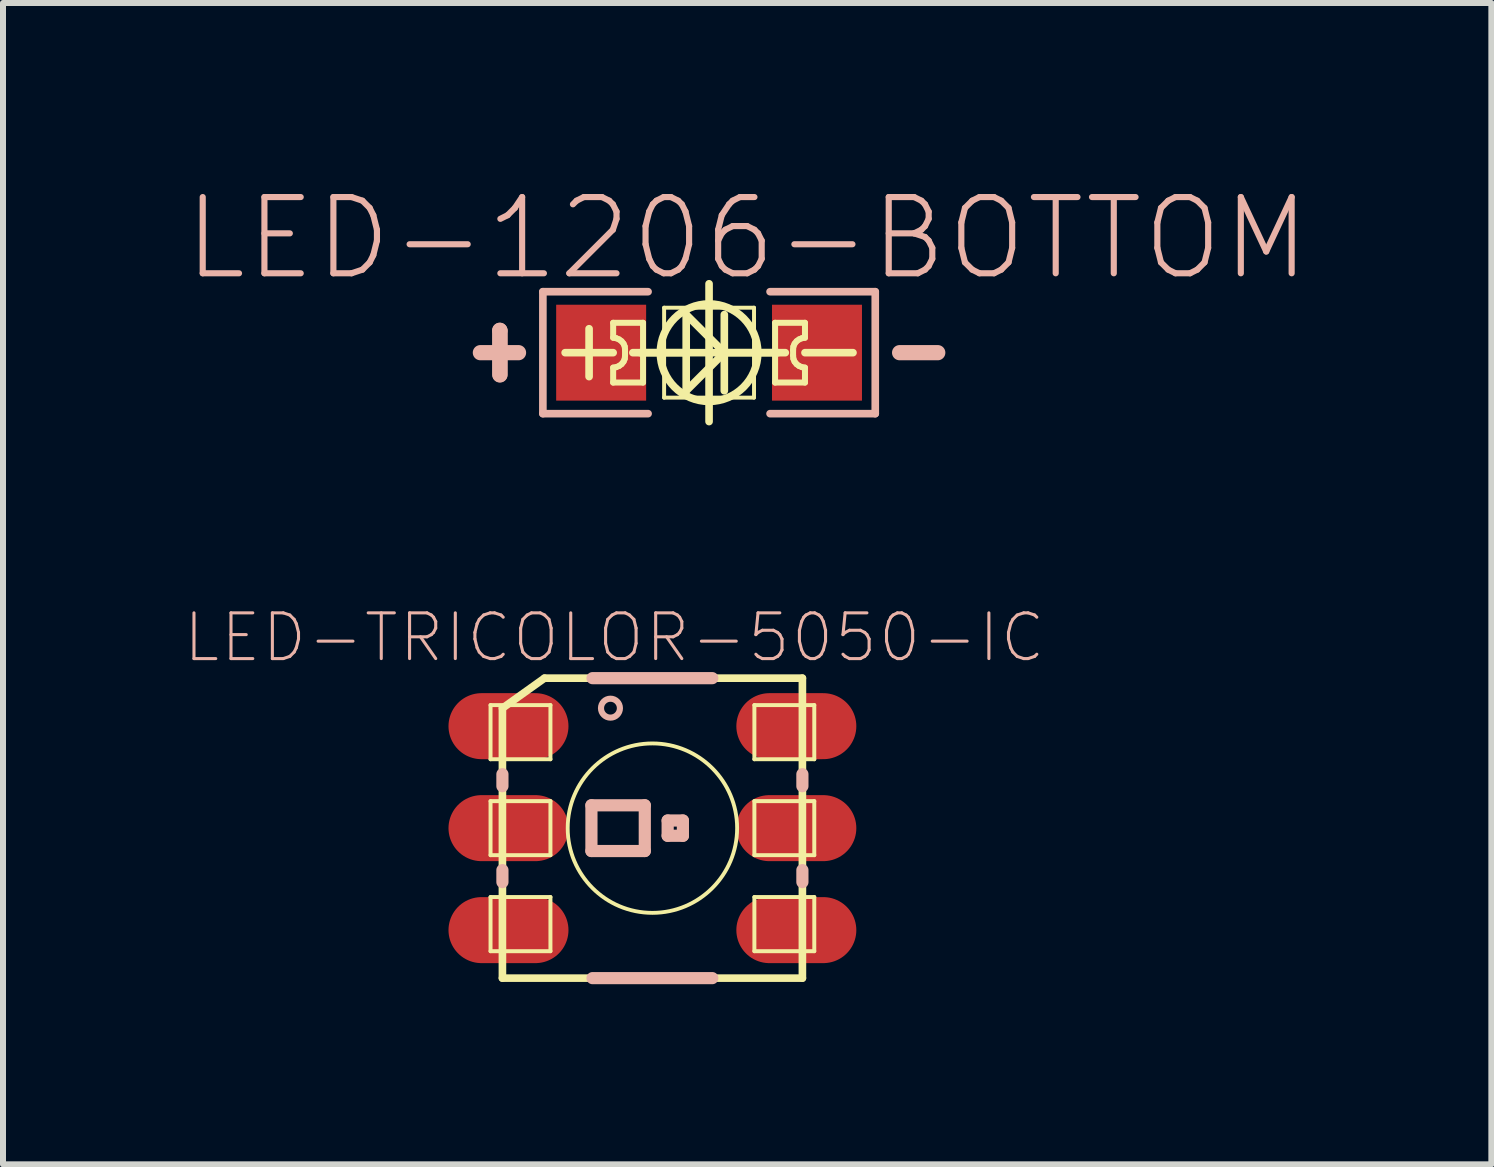
<source format=kicad_pcb>
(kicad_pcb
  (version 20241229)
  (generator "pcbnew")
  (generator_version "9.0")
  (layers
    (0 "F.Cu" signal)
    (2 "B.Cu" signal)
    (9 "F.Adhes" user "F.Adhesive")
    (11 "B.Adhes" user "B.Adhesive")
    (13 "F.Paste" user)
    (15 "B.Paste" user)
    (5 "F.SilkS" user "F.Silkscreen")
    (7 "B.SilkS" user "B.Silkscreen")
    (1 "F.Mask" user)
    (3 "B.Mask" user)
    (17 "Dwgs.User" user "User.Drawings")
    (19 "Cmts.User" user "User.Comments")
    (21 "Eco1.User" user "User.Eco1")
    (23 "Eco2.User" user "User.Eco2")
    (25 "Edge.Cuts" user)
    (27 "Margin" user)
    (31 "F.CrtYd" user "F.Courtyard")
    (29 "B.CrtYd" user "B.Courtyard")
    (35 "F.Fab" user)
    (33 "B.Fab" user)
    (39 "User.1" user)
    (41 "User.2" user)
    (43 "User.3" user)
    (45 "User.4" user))
  (footprint "LED-TRICOLOR-5050-IC"
    (layer "F.Cu")
    (at 7.82 10.748)
    (property "Reference" "LED-TRICOLOR-5050-IC" (at -0.635 -3.175 0) (layer "B.SilkS") (effects (font (size 0.762 0.762) (thickness 0.051))))
    (attr smd)
    (fp_line (start -2.697 -2.05) (end -1.699 -2.05) (stroke (width 0.066) (type solid)) (layer "F.SilkS"))
    (fp_line (start -2.697 -1.148) (end -2.697 -2.05) (stroke (width 0.066) (type solid)) (layer "F.SilkS"))
    (fp_line (start -2.697 -1.148) (end -1.699 -1.148) (stroke (width 0.066) (type solid)) (layer "F.SilkS"))
    (fp_line (start -2.697 -0.45) (end -1.699 -0.45) (stroke (width 0.066) (type solid)) (layer "F.SilkS"))
    (fp_line (start -2.697 0.45) (end -2.697 -0.45) (stroke (width 0.066) (type solid)) (layer "F.SilkS"))
    (fp_line (start -2.697 0.45) (end -1.699 0.45) (stroke (width 0.066) (type solid)) (layer "F.SilkS"))
    (fp_line (start -2.697 1.148) (end -1.699 1.148) (stroke (width 0.066) (type solid)) (layer "F.SilkS"))
    (fp_line (start -2.697 2.05) (end -2.697 1.148) (stroke (width 0.066) (type solid)) (layer "F.SilkS"))
    (fp_line (start -2.697 2.05) (end -1.699 2.05) (stroke (width 0.066) (type solid)) (layer "F.SilkS"))
    (fp_line (start -2.499 -1.999) (end -1.798 -2.499) (stroke (width 0.127) (type solid)) (layer "F.SilkS"))
    (fp_line (start -2.499 2.499) (end -2.499 -1.999) (stroke (width 0.127) (type solid)) (layer "F.SilkS"))
    (fp_line (start -1.798 -2.499) (end 2.499 -2.499) (stroke (width 0.127) (type solid)) (layer "F.SilkS"))
    (fp_line (start -1.699 -1.148) (end -1.699 -2.05) (stroke (width 0.066) (type solid)) (layer "F.SilkS"))
    (fp_line (start -1.699 0.45) (end -1.699 -0.45) (stroke (width 0.066) (type solid)) (layer "F.SilkS"))
    (fp_line (start -1.699 2.05) (end -1.699 1.148) (stroke (width 0.066) (type solid)) (layer "F.SilkS"))
    (fp_line (start 1.699 -2.05) (end 2.697 -2.05) (stroke (width 0.066) (type solid)) (layer "F.SilkS"))
    (fp_line (start 1.699 -1.148) (end 1.699 -2.05) (stroke (width 0.066) (type solid)) (layer "F.SilkS"))
    (fp_line (start 1.699 -1.148) (end 2.697 -1.148) (stroke (width 0.066) (type solid)) (layer "F.SilkS"))
    (fp_line (start 1.699 -0.45) (end 2.697 -0.45) (stroke (width 0.066) (type solid)) (layer "F.SilkS"))
    (fp_line (start 1.699 0.45) (end 1.699 -0.45) (stroke (width 0.066) (type solid)) (layer "F.SilkS"))
    (fp_line (start 1.699 0.45) (end 2.697 0.45) (stroke (width 0.066) (type solid)) (layer "F.SilkS"))
    (fp_line (start 1.699 1.148) (end 2.697 1.148) (stroke (width 0.066) (type solid)) (layer "F.SilkS"))
    (fp_line (start 1.699 2.05) (end 1.699 1.148) (stroke (width 0.066) (type solid)) (layer "F.SilkS"))
    (fp_line (start 1.699 2.05) (end 2.697 2.05) (stroke (width 0.066) (type solid)) (layer "F.SilkS"))
    (fp_line (start 2.499 -2.499) (end 2.499 2.499) (stroke (width 0.127) (type solid)) (layer "F.SilkS"))
    (fp_line (start 2.499 2.499) (end -2.499 2.499) (stroke (width 0.127) (type solid)) (layer "F.SilkS"))
    (fp_line (start 2.697 -1.148) (end 2.697 -2.05) (stroke (width 0.066) (type solid)) (layer "F.SilkS"))
    (fp_line (start 2.697 0.45) (end 2.697 -0.45) (stroke (width 0.066) (type solid)) (layer "F.SilkS"))
    (fp_line (start 2.697 2.05) (end 2.697 1.148) (stroke (width 0.066) (type solid)) (layer "F.SilkS"))
    (fp_circle (center 0 0) (end -0.998 0.998) (stroke (width 0.064) (type solid)) (fill no) (layer "F.SilkS"))
    (fp_line (start -2.499 -0.699) (end -2.499 -0.899) (stroke (width 0.203) (type solid)) (layer "B.SilkS"))
    (fp_line (start -2.499 0.899) (end -2.499 0.699) (stroke (width 0.203) (type solid)) (layer "B.SilkS"))
    (fp_line (start -1.016 -0.381) (end -0.127 -0.381) (stroke (width 0.203) (type solid)) (layer "B.SilkS"))
    (fp_line (start -1.016 0.381) (end -1.016 -0.381) (stroke (width 0.203) (type solid)) (layer "B.SilkS"))
    (fp_line (start -0.998 -2.499) (end 0.998 -2.499) (stroke (width 0.203) (type solid)) (layer "B.SilkS"))
    (fp_line (start -0.998 2.499) (end 0.998 2.499) (stroke (width 0.203) (type solid)) (layer "B.SilkS"))
    (fp_line (start -0.127 -0.381) (end -0.127 0.381) (stroke (width 0.203) (type solid)) (layer "B.SilkS"))
    (fp_line (start -0.127 0.381) (end -1.016 0.381) (stroke (width 0.203) (type solid)) (layer "B.SilkS"))
    (fp_line (start 0.254 -0.127) (end 0.508 -0.127) (stroke (width 0.203) (type solid)) (layer "B.SilkS"))
    (fp_line (start 0.254 0.127) (end 0.254 -0.127) (stroke (width 0.203) (type solid)) (layer "B.SilkS"))
    (fp_line (start 0.508 -0.127) (end 0.508 0.127) (stroke (width 0.203) (type solid)) (layer "B.SilkS"))
    (fp_line (start 0.508 0.127) (end 0.254 0.127) (stroke (width 0.203) (type solid)) (layer "B.SilkS"))
    (fp_line (start 2.499 -0.699) (end 2.499 -0.899) (stroke (width 0.203) (type solid)) (layer "B.SilkS"))
    (fp_line (start 2.499 0.899) (end 2.499 0.699) (stroke (width 0.203) (type solid)) (layer "B.SilkS"))
    (fp_circle (center -0.699 -1.999) (end -0.81 -2.111) (stroke (width 0.102) (type solid)) (fill no) (layer "B.SilkS"))
    (pad "1" smd oval (at -2.398 -1.699) (size 1.999 1.1) (layers "F.Cu" "F.Mask" "F.Paste"))
    (pad "2" smd oval (at -2.398 0) (size 1.999 1.1) (layers "F.Cu" "F.Mask" "F.Paste"))
    (pad "3" smd oval (at -2.398 1.699) (size 1.999 1.1) (layers "F.Cu" "F.Mask" "F.Paste"))
    (pad "4" smd oval (at 2.398 1.699) (size 1.999 1.1) (layers "F.Cu" "F.Mask" "F.Paste"))
    (pad "5" smd oval (at 2.398 0) (size 1.999 1.1) (layers "F.Cu" "F.Mask" "F.Paste"))
    (pad "6" smd oval (at 2.398 -1.699) (size 1.999 1.1) (layers "F.Cu" "F.Mask" "F.Paste")))
  (footprint "LED-1206-BOTTOM"
    (layer "F.Cu")
    (at 8.764 2.826)
    (property "Reference" "LED-1206-BOTTOM" (at 0.635 -1.905 0) (layer "B.SilkS") (effects (font (size 1.27 1.27) (thickness 0.102))))
    (attr smd)
    (fp_line (start -2.398 0) (end -1.598 0) (stroke (width 0.127) (type solid)) (layer "F.SilkS"))
    (fp_line (start -1.999 -0.399) (end -1.999 0.399) (stroke (width 0.127) (type solid)) (layer "F.SilkS"))
    (fp_line (start -1.598 -0.498) (end -1.1 -0.498) (stroke (width 0.1) (type solid)) (layer "F.SilkS"))
    (fp_line (start -1.598 -0.249) (end -1.598 -0.498) (stroke (width 0.1) (type solid)) (layer "F.SilkS"))
    (fp_line (start -1.598 0.249) (end -1.547 0.241) (stroke (width 0.1) (type solid)) (layer "F.SilkS"))
    (fp_line (start -1.598 0.498) (end -1.598 0.249) (stroke (width 0.1) (type solid)) (layer "F.SilkS"))
    (fp_line (start -1.547 -0.241) (end -1.598 -0.249) (stroke (width 0.1) (type solid)) (layer "F.SilkS"))
    (fp_line (start -1.547 0.241) (end -1.499 0.221) (stroke (width 0.1) (type solid)) (layer "F.SilkS"))
    (fp_line (start -1.499 -0.221) (end -1.547 -0.241) (stroke (width 0.1) (type solid)) (layer "F.SilkS"))
    (fp_line (start -1.499 0.221) (end -1.458 0.191) (stroke (width 0.1) (type solid)) (layer "F.SilkS"))
    (fp_line (start -1.458 -0.191) (end -1.499 -0.221) (stroke (width 0.1) (type solid)) (layer "F.SilkS"))
    (fp_line (start -1.458 0.191) (end -1.425 0.15) (stroke (width 0.1) (type solid)) (layer "F.SilkS"))
    (fp_line (start -1.425 -0.15) (end -1.458 -0.191) (stroke (width 0.1) (type solid)) (layer "F.SilkS"))
    (fp_line (start -1.425 0.15) (end -1.405 0.102) (stroke (width 0.1) (type solid)) (layer "F.SilkS"))
    (fp_line (start -1.405 -0.102) (end -1.425 -0.15) (stroke (width 0.1) (type solid)) (layer "F.SilkS"))
    (fp_line (start -1.405 0.102) (end -1.4 0.048) (stroke (width 0.1) (type solid)) (layer "F.SilkS"))
    (fp_line (start -1.4 -0.048) (end -1.405 -0.102) (stroke (width 0.1) (type solid)) (layer "F.SilkS"))
    (fp_line (start -1.4 0.048) (end -1.4 -0.048) (stroke (width 0.1) (type solid)) (layer "F.SilkS"))
    (fp_line (start -1.27 0) (end -0.381 0) (stroke (width 0.127) (type solid)) (layer "F.SilkS"))
    (fp_line (start -1.148 0) (end 1.148 0) (stroke (width 0.127) (type solid)) (layer "F.SilkS"))
    (fp_line (start -1.1 -0.498) (end -1.1 0.498) (stroke (width 0.1) (type solid)) (layer "F.SilkS"))
    (fp_line (start -1.1 0.498) (end -1.598 0.498) (stroke (width 0.1) (type solid)) (layer "F.SilkS"))
    (fp_line (start -0.749 -0.749) (end 0.749 -0.749) (stroke (width 0.066) (type solid)) (layer "F.SilkS"))
    (fp_line (start -0.749 0.749) (end -0.749 -0.749) (stroke (width 0.066) (type solid)) (layer "F.SilkS"))
    (fp_line (start -0.749 0.749) (end 0.749 0.749) (stroke (width 0.066) (type solid)) (layer "F.SilkS"))
    (fp_line (start -0.381 -0.635) (end 0.254 0) (stroke (width 0.127) (type solid)) (layer "F.SilkS"))
    (fp_line (start -0.381 0) (end -0.381 -0.635) (stroke (width 0.127) (type solid)) (layer "F.SilkS"))
    (fp_line (start -0.381 0.635) (end -0.381 0) (stroke (width 0.127) (type solid)) (layer "F.SilkS"))
    (fp_line (start 0 1.148) (end 0 -1.148) (stroke (width 0.127) (type solid)) (layer "F.SilkS"))
    (fp_line (start 0.254 0) (end -0.381 0.635) (stroke (width 0.127) (type solid)) (layer "F.SilkS"))
    (fp_line (start 0.254 0) (end 0.254 -0.635) (stroke (width 0.127) (type solid)) (layer "F.SilkS"))
    (fp_line (start 0.254 0) (end 0.254 0.635) (stroke (width 0.127) (type solid)) (layer "F.SilkS"))
    (fp_line (start 0.254 0) (end 1.27 0) (stroke (width 0.127) (type solid)) (layer "F.SilkS"))
    (fp_line (start 0.749 0.749) (end 0.749 -0.749) (stroke (width 0.066) (type solid)) (layer "F.SilkS"))
    (fp_line (start 1.1 -0.498) (end 1.598 -0.498) (stroke (width 0.1) (type solid)) (layer "F.SilkS"))
    (fp_line (start 1.1 0.498) (end 1.1 -0.498) (stroke (width 0.1) (type solid)) (layer "F.SilkS"))
    (fp_line (start 1.4 -0.048) (end 1.4 0.048) (stroke (width 0.1) (type solid)) (layer "F.SilkS"))
    (fp_line (start 1.4 0.048) (end 1.405 0.102) (stroke (width 0.1) (type solid)) (layer "F.SilkS"))
    (fp_line (start 1.405 -0.102) (end 1.4 -0.048) (stroke (width 0.1) (type solid)) (layer "F.SilkS"))
    (fp_line (start 1.405 0.102) (end 1.425 0.15) (stroke (width 0.1) (type solid)) (layer "F.SilkS"))
    (fp_line (start 1.425 -0.15) (end 1.405 -0.102) (stroke (width 0.1) (type solid)) (layer "F.SilkS"))
    (fp_line (start 1.425 0.15) (end 1.458 0.191) (stroke (width 0.1) (type solid)) (layer "F.SilkS"))
    (fp_line (start 1.458 -0.191) (end 1.425 -0.15) (stroke (width 0.1) (type solid)) (layer "F.SilkS"))
    (fp_line (start 1.458 0.191) (end 1.499 0.221) (stroke (width 0.1) (type solid)) (layer "F.SilkS"))
    (fp_line (start 1.499 -0.221) (end 1.458 -0.191) (stroke (width 0.1) (type solid)) (layer "F.SilkS"))
    (fp_line (start 1.499 0.221) (end 1.547 0.241) (stroke (width 0.1) (type solid)) (layer "F.SilkS"))
    (fp_line (start 1.547 -0.241) (end 1.499 -0.221) (stroke (width 0.1) (type solid)) (layer "F.SilkS"))
    (fp_line (start 1.547 0.241) (end 1.598 0.249) (stroke (width 0.1) (type solid)) (layer "F.SilkS"))
    (fp_line (start 1.598 -0.498) (end 1.598 -0.249) (stroke (width 0.1) (type solid)) (layer "F.SilkS"))
    (fp_line (start 1.598 -0.249) (end 1.547 -0.241) (stroke (width 0.1) (type solid)) (layer "F.SilkS"))
    (fp_line (start 1.598 0) (end 2.398 0) (stroke (width 0.127) (type solid)) (layer "F.SilkS"))
    (fp_line (start 1.598 0.249) (end 1.598 0.498) (stroke (width 0.1) (type solid)) (layer "F.SilkS"))
    (fp_line (start 1.598 0.498) (end 1.1 0.498) (stroke (width 0.1) (type solid)) (layer "F.SilkS"))
    (fp_circle (center 0 0) (end -0.574 0.574) (stroke (width 0.127) (type solid)) (fill no) (layer "F.SilkS"))
    (fp_line (start -3.487 -0.373) (end -3.485 -0.371) (stroke (width 0.254) (type solid)) (layer "B.SilkS"))
    (fp_line (start -3.485 -0.371) (end -3.485 0.371) (stroke (width 0.254) (type solid)) (layer "B.SilkS"))
    (fp_line (start -3.485 0.366) (end -3.485 -0.356) (stroke (width 0.254) (type solid)) (layer "B.SilkS"))
    (fp_line (start -3.175 0) (end -3.81 0) (stroke (width 0.254) (type solid)) (layer "B.SilkS"))
    (fp_line (start -2.769 -1.016) (end -1.016 -1.016) (stroke (width 0.127) (type solid)) (layer "B.SilkS"))
    (fp_line (start -2.769 1.016) (end -2.769 -1.016) (stroke (width 0.127) (type solid)) (layer "B.SilkS"))
    (fp_line (start -1.016 1.016) (end -2.769 1.016) (stroke (width 0.127) (type solid)) (layer "B.SilkS"))
    (fp_line (start 1.016 -1.016) (end 2.769 -1.016) (stroke (width 0.127) (type solid)) (layer "B.SilkS"))
    (fp_line (start 2.769 -1.016) (end 2.769 1.016) (stroke (width 0.127) (type solid)) (layer "B.SilkS"))
    (fp_line (start 2.769 1.016) (end 1.016 1.016) (stroke (width 0.127) (type solid)) (layer "B.SilkS"))
    (fp_line (start 3.175 0) (end 3.353 0) (stroke (width 0.127) (type solid)) (layer "B.SilkS"))
    (fp_line (start 3.175 0) (end 3.81 0) (stroke (width 0.254) (type solid)) (layer "B.SilkS"))
    (pad "A" smd rect (at -1.798 0) (size 1.499 1.598) (layers "F.Cu" "F.Mask" "F.Paste"))
    (pad "C" smd rect (at 1.798 0) (size 1.499 1.598) (layers "F.Cu" "F.Mask" "F.Paste")))
  (gr_rect
    (start -3 -3)
    (end 21.798 16.349)
    (stroke (width 0.1) (type default))
    (fill no)
    (layer "Edge.Cuts")))
</source>
